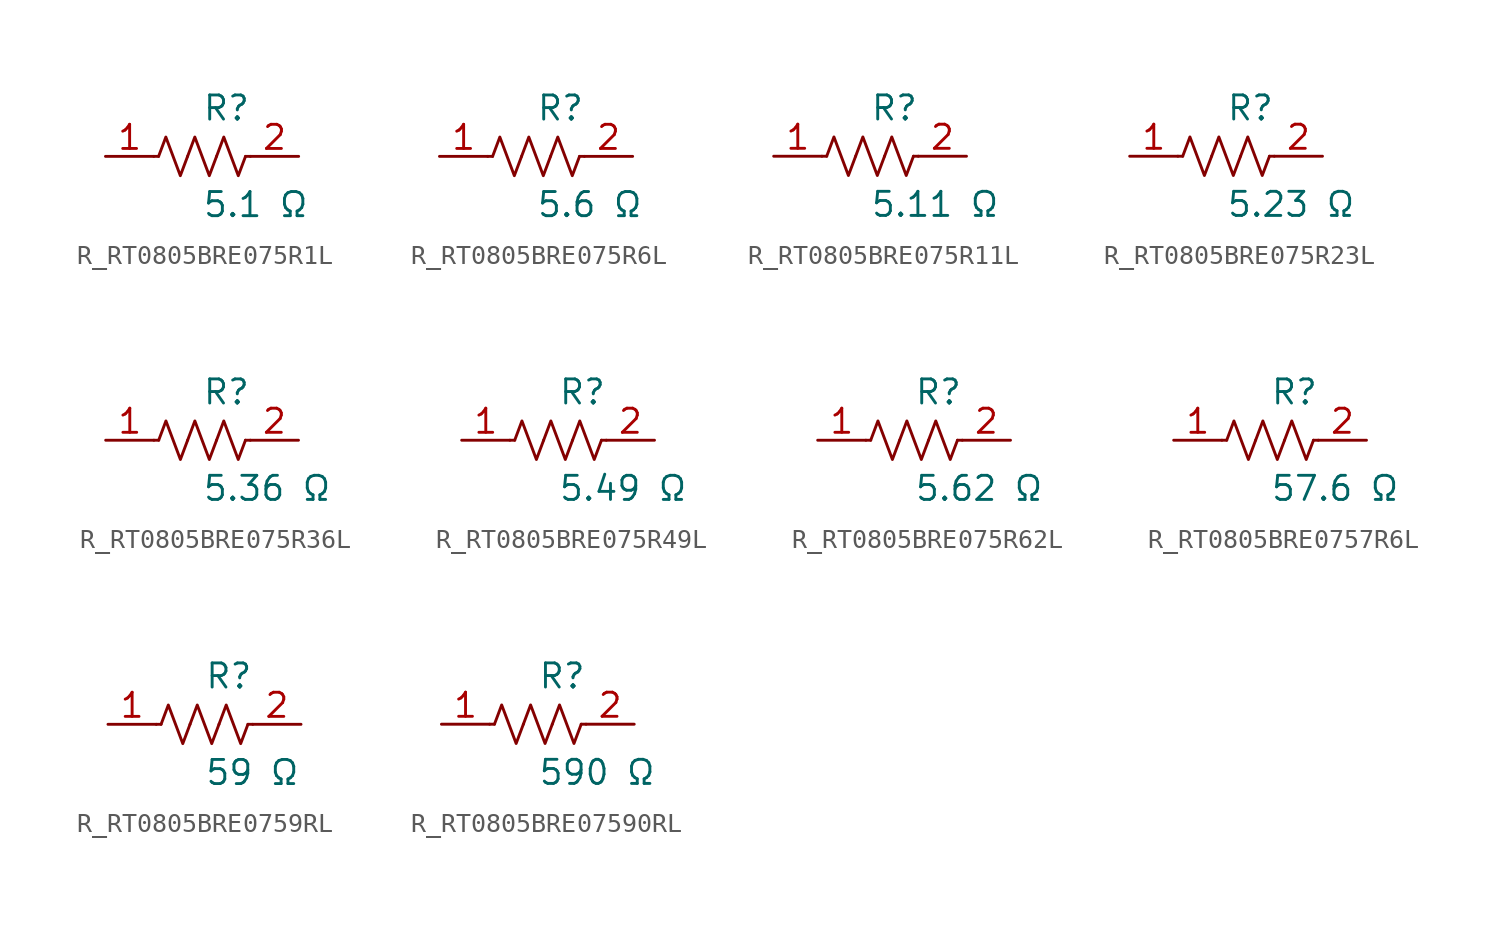
<source format=kicad_sym>
(kicad_symbol_lib
  (version 20231120)
  (generator kicad_symbol_editor)
  (generator_version 8.0)
  (symbol "R_RT0805BRE075R1L"
    (pin_names
      (offset 0.254))
    (property "Reference" "R"
      (at 0.0 2.54 0)
      (effects (font (size 1.27 1.27)) (justify left)))
    (property "Value" "5.1 Ω"
      (at 0.0 -2.54 0)
      (effects (font (size 1.27 1.27)) (justify left)))
    (symbol "R_RT0805BRE075R1L_0_1"
      (polyline (pts (xy 2.286 0) (xy 2.54 0)) (stroke (width 0) (type default)) (fill (type none)))
      (polyline (pts (xy -2.286 0) (xy -2.54 0)) (stroke (width 0) (type default)) (fill (type none)))
      (polyline (pts (xy 0.762 0) (xy 1.143 1.016) (xy 1.524 0) (xy 1.905 -1.016) (xy 2.286 0)) (stroke (width 0) (type default)) (fill (type none)))
      (polyline (pts (xy -0.762 0) (xy -0.381 1.016) (xy 0 0) (xy 0.381 -1.016) (xy 0.762 0)) (stroke (width 0) (type default)) (fill (type none)))
      (polyline (pts (xy -2.286 0) (xy -1.905 1.016) (xy -1.524 0) (xy -1.143 -1.016) (xy -0.762 0)) (stroke (width 0) (type default)) (fill (type none))))
    (pin unspecified line
      (at -5.08 0 0)
      (length 2.54)
      (name "" (effects (font (size 1.27 1.27))))
      (number "1" (effects (font (size 1.27 1.27)))))
    (pin unspecified line
      (at 5.08 0 180)
      (length 2.54)
      (name "" (effects (font (size 1.27 1.27))))
      (number "2" (effects (font (size 1.27 1.27))))))
  (symbol "R_RT0805BRE075R6L"
    (pin_names
      (offset 0.254))
    (property "Reference" "R"
      (at 0.0 2.54 0)
      (effects (font (size 1.27 1.27)) (justify left)))
    (property "Value" "5.6 Ω"
      (at 0.0 -2.54 0)
      (effects (font (size 1.27 1.27)) (justify left)))
    (symbol "R_RT0805BRE075R6L_0_1"
      (polyline (pts (xy 2.286 0) (xy 2.54 0)) (stroke (width 0) (type default)) (fill (type none)))
      (polyline (pts (xy -2.286 0) (xy -2.54 0)) (stroke (width 0) (type default)) (fill (type none)))
      (polyline (pts (xy 0.762 0) (xy 1.143 1.016) (xy 1.524 0) (xy 1.905 -1.016) (xy 2.286 0)) (stroke (width 0) (type default)) (fill (type none)))
      (polyline (pts (xy -0.762 0) (xy -0.381 1.016) (xy 0 0) (xy 0.381 -1.016) (xy 0.762 0)) (stroke (width 0) (type default)) (fill (type none)))
      (polyline (pts (xy -2.286 0) (xy -1.905 1.016) (xy -1.524 0) (xy -1.143 -1.016) (xy -0.762 0)) (stroke (width 0) (type default)) (fill (type none))))
    (pin unspecified line
      (at -5.08 0 0)
      (length 2.54)
      (name "" (effects (font (size 1.27 1.27))))
      (number "1" (effects (font (size 1.27 1.27)))))
    (pin unspecified line
      (at 5.08 0 180)
      (length 2.54)
      (name "" (effects (font (size 1.27 1.27))))
      (number "2" (effects (font (size 1.27 1.27))))))
  (symbol "R_RT0805BRE075R11L"
    (pin_names
      (offset 0.254))
    (property "Reference" "R"
      (at 0.0 2.54 0)
      (effects (font (size 1.27 1.27)) (justify left)))
    (property "Value" "5.11 Ω"
      (at 0.0 -2.54 0)
      (effects (font (size 1.27 1.27)) (justify left)))
    (symbol "R_RT0805BRE075R11L_0_1"
      (polyline (pts (xy 2.286 0) (xy 2.54 0)) (stroke (width 0) (type default)) (fill (type none)))
      (polyline (pts (xy -2.286 0) (xy -2.54 0)) (stroke (width 0) (type default)) (fill (type none)))
      (polyline (pts (xy 0.762 0) (xy 1.143 1.016) (xy 1.524 0) (xy 1.905 -1.016) (xy 2.286 0)) (stroke (width 0) (type default)) (fill (type none)))
      (polyline (pts (xy -0.762 0) (xy -0.381 1.016) (xy 0 0) (xy 0.381 -1.016) (xy 0.762 0)) (stroke (width 0) (type default)) (fill (type none)))
      (polyline (pts (xy -2.286 0) (xy -1.905 1.016) (xy -1.524 0) (xy -1.143 -1.016) (xy -0.762 0)) (stroke (width 0) (type default)) (fill (type none))))
    (pin unspecified line
      (at -5.08 0 0)
      (length 2.54)
      (name "" (effects (font (size 1.27 1.27))))
      (number "1" (effects (font (size 1.27 1.27)))))
    (pin unspecified line
      (at 5.08 0 180)
      (length 2.54)
      (name "" (effects (font (size 1.27 1.27))))
      (number "2" (effects (font (size 1.27 1.27))))))
  (symbol "R_RT0805BRE075R23L"
    (pin_names
      (offset 0.254))
    (property "Reference" "R"
      (at 0.0 2.54 0)
      (effects (font (size 1.27 1.27)) (justify left)))
    (property "Value" "5.23 Ω"
      (at 0.0 -2.54 0)
      (effects (font (size 1.27 1.27)) (justify left)))
    (symbol "R_RT0805BRE075R23L_0_1"
      (polyline (pts (xy 2.286 0) (xy 2.54 0)) (stroke (width 0) (type default)) (fill (type none)))
      (polyline (pts (xy -2.286 0) (xy -2.54 0)) (stroke (width 0) (type default)) (fill (type none)))
      (polyline (pts (xy 0.762 0) (xy 1.143 1.016) (xy 1.524 0) (xy 1.905 -1.016) (xy 2.286 0)) (stroke (width 0) (type default)) (fill (type none)))
      (polyline (pts (xy -0.762 0) (xy -0.381 1.016) (xy 0 0) (xy 0.381 -1.016) (xy 0.762 0)) (stroke (width 0) (type default)) (fill (type none)))
      (polyline (pts (xy -2.286 0) (xy -1.905 1.016) (xy -1.524 0) (xy -1.143 -1.016) (xy -0.762 0)) (stroke (width 0) (type default)) (fill (type none))))
    (pin unspecified line
      (at -5.08 0 0)
      (length 2.54)
      (name "" (effects (font (size 1.27 1.27))))
      (number "1" (effects (font (size 1.27 1.27)))))
    (pin unspecified line
      (at 5.08 0 180)
      (length 2.54)
      (name "" (effects (font (size 1.27 1.27))))
      (number "2" (effects (font (size 1.27 1.27))))))
  (symbol "R_RT0805BRE075R36L"
    (pin_names
      (offset 0.254))
    (property "Reference" "R"
      (at 0.0 2.54 0)
      (effects (font (size 1.27 1.27)) (justify left)))
    (property "Value" "5.36 Ω"
      (at 0.0 -2.54 0)
      (effects (font (size 1.27 1.27)) (justify left)))
    (symbol "R_RT0805BRE075R36L_0_1"
      (polyline (pts (xy 2.286 0) (xy 2.54 0)) (stroke (width 0) (type default)) (fill (type none)))
      (polyline (pts (xy -2.286 0) (xy -2.54 0)) (stroke (width 0) (type default)) (fill (type none)))
      (polyline (pts (xy 0.762 0) (xy 1.143 1.016) (xy 1.524 0) (xy 1.905 -1.016) (xy 2.286 0)) (stroke (width 0) (type default)) (fill (type none)))
      (polyline (pts (xy -0.762 0) (xy -0.381 1.016) (xy 0 0) (xy 0.381 -1.016) (xy 0.762 0)) (stroke (width 0) (type default)) (fill (type none)))
      (polyline (pts (xy -2.286 0) (xy -1.905 1.016) (xy -1.524 0) (xy -1.143 -1.016) (xy -0.762 0)) (stroke (width 0) (type default)) (fill (type none))))
    (pin unspecified line
      (at -5.08 0 0)
      (length 2.54)
      (name "" (effects (font (size 1.27 1.27))))
      (number "1" (effects (font (size 1.27 1.27)))))
    (pin unspecified line
      (at 5.08 0 180)
      (length 2.54)
      (name "" (effects (font (size 1.27 1.27))))
      (number "2" (effects (font (size 1.27 1.27))))))
  (symbol "R_RT0805BRE075R49L"
    (pin_names
      (offset 0.254))
    (property "Reference" "R"
      (at 0.0 2.54 0)
      (effects (font (size 1.27 1.27)) (justify left)))
    (property "Value" "5.49 Ω"
      (at 0.0 -2.54 0)
      (effects (font (size 1.27 1.27)) (justify left)))
    (symbol "R_RT0805BRE075R49L_0_1"
      (polyline (pts (xy 2.286 0) (xy 2.54 0)) (stroke (width 0) (type default)) (fill (type none)))
      (polyline (pts (xy -2.286 0) (xy -2.54 0)) (stroke (width 0) (type default)) (fill (type none)))
      (polyline (pts (xy 0.762 0) (xy 1.143 1.016) (xy 1.524 0) (xy 1.905 -1.016) (xy 2.286 0)) (stroke (width 0) (type default)) (fill (type none)))
      (polyline (pts (xy -0.762 0) (xy -0.381 1.016) (xy 0 0) (xy 0.381 -1.016) (xy 0.762 0)) (stroke (width 0) (type default)) (fill (type none)))
      (polyline (pts (xy -2.286 0) (xy -1.905 1.016) (xy -1.524 0) (xy -1.143 -1.016) (xy -0.762 0)) (stroke (width 0) (type default)) (fill (type none))))
    (pin unspecified line
      (at -5.08 0 0)
      (length 2.54)
      (name "" (effects (font (size 1.27 1.27))))
      (number "1" (effects (font (size 1.27 1.27)))))
    (pin unspecified line
      (at 5.08 0 180)
      (length 2.54)
      (name "" (effects (font (size 1.27 1.27))))
      (number "2" (effects (font (size 1.27 1.27))))))
  (symbol "R_RT0805BRE075R62L"
    (pin_names
      (offset 0.254))
    (property "Reference" "R"
      (at 0.0 2.54 0)
      (effects (font (size 1.27 1.27)) (justify left)))
    (property "Value" "5.62 Ω"
      (at 0.0 -2.54 0)
      (effects (font (size 1.27 1.27)) (justify left)))
    (symbol "R_RT0805BRE075R62L_0_1"
      (polyline (pts (xy 2.286 0) (xy 2.54 0)) (stroke (width 0) (type default)) (fill (type none)))
      (polyline (pts (xy -2.286 0) (xy -2.54 0)) (stroke (width 0) (type default)) (fill (type none)))
      (polyline (pts (xy 0.762 0) (xy 1.143 1.016) (xy 1.524 0) (xy 1.905 -1.016) (xy 2.286 0)) (stroke (width 0) (type default)) (fill (type none)))
      (polyline (pts (xy -0.762 0) (xy -0.381 1.016) (xy 0 0) (xy 0.381 -1.016) (xy 0.762 0)) (stroke (width 0) (type default)) (fill (type none)))
      (polyline (pts (xy -2.286 0) (xy -1.905 1.016) (xy -1.524 0) (xy -1.143 -1.016) (xy -0.762 0)) (stroke (width 0) (type default)) (fill (type none))))
    (pin unspecified line
      (at -5.08 0 0)
      (length 2.54)
      (name "" (effects (font (size 1.27 1.27))))
      (number "1" (effects (font (size 1.27 1.27)))))
    (pin unspecified line
      (at 5.08 0 180)
      (length 2.54)
      (name "" (effects (font (size 1.27 1.27))))
      (number "2" (effects (font (size 1.27 1.27))))))
  (symbol "R_RT0805BRE0757R6L"
    (pin_names
      (offset 0.254))
    (property "Reference" "R"
      (at 0.0 2.54 0)
      (effects (font (size 1.27 1.27)) (justify left)))
    (property "Value" "57.6 Ω"
      (at 0.0 -2.54 0)
      (effects (font (size 1.27 1.27)) (justify left)))
    (symbol "R_RT0805BRE0757R6L_0_1"
      (polyline (pts (xy 2.286 0) (xy 2.54 0)) (stroke (width 0) (type default)) (fill (type none)))
      (polyline (pts (xy -2.286 0) (xy -2.54 0)) (stroke (width 0) (type default)) (fill (type none)))
      (polyline (pts (xy 0.762 0) (xy 1.143 1.016) (xy 1.524 0) (xy 1.905 -1.016) (xy 2.286 0)) (stroke (width 0) (type default)) (fill (type none)))
      (polyline (pts (xy -0.762 0) (xy -0.381 1.016) (xy 0 0) (xy 0.381 -1.016) (xy 0.762 0)) (stroke (width 0) (type default)) (fill (type none)))
      (polyline (pts (xy -2.286 0) (xy -1.905 1.016) (xy -1.524 0) (xy -1.143 -1.016) (xy -0.762 0)) (stroke (width 0) (type default)) (fill (type none))))
    (pin unspecified line
      (at -5.08 0 0)
      (length 2.54)
      (name "" (effects (font (size 1.27 1.27))))
      (number "1" (effects (font (size 1.27 1.27)))))
    (pin unspecified line
      (at 5.08 0 180)
      (length 2.54)
      (name "" (effects (font (size 1.27 1.27))))
      (number "2" (effects (font (size 1.27 1.27))))))
  (symbol "R_RT0805BRE0759RL"
    (pin_names
      (offset 0.254))
    (property "Reference" "R"
      (at 0.0 2.54 0)
      (effects (font (size 1.27 1.27)) (justify left)))
    (property "Value" "59 Ω"
      (at 0.0 -2.54 0)
      (effects (font (size 1.27 1.27)) (justify left)))
    (symbol "R_RT0805BRE0759RL_0_1"
      (polyline (pts (xy 2.286 0) (xy 2.54 0)) (stroke (width 0) (type default)) (fill (type none)))
      (polyline (pts (xy -2.286 0) (xy -2.54 0)) (stroke (width 0) (type default)) (fill (type none)))
      (polyline (pts (xy 0.762 0) (xy 1.143 1.016) (xy 1.524 0) (xy 1.905 -1.016) (xy 2.286 0)) (stroke (width 0) (type default)) (fill (type none)))
      (polyline (pts (xy -0.762 0) (xy -0.381 1.016) (xy 0 0) (xy 0.381 -1.016) (xy 0.762 0)) (stroke (width 0) (type default)) (fill (type none)))
      (polyline (pts (xy -2.286 0) (xy -1.905 1.016) (xy -1.524 0) (xy -1.143 -1.016) (xy -0.762 0)) (stroke (width 0) (type default)) (fill (type none))))
    (pin unspecified line
      (at -5.08 0 0)
      (length 2.54)
      (name "" (effects (font (size 1.27 1.27))))
      (number "1" (effects (font (size 1.27 1.27)))))
    (pin unspecified line
      (at 5.08 0 180)
      (length 2.54)
      (name "" (effects (font (size 1.27 1.27))))
      (number "2" (effects (font (size 1.27 1.27))))))
  (symbol "R_RT0805BRE07590RL"
    (pin_names
      (offset 0.254))
    (property "Reference" "R"
      (at 0.0 2.54 0)
      (effects (font (size 1.27 1.27)) (justify left)))
    (property "Value" "590 Ω"
      (at 0.0 -2.54 0)
      (effects (font (size 1.27 1.27)) (justify left)))
    (symbol "R_RT0805BRE07590RL_0_1"
      (polyline (pts (xy 2.286 0) (xy 2.54 0)) (stroke (width 0) (type default)) (fill (type none)))
      (polyline (pts (xy -2.286 0) (xy -2.54 0)) (stroke (width 0) (type default)) (fill (type none)))
      (polyline (pts (xy 0.762 0) (xy 1.143 1.016) (xy 1.524 0) (xy 1.905 -1.016) (xy 2.286 0)) (stroke (width 0) (type default)) (fill (type none)))
      (polyline (pts (xy -0.762 0) (xy -0.381 1.016) (xy 0 0) (xy 0.381 -1.016) (xy 0.762 0)) (stroke (width 0) (type default)) (fill (type none)))
      (polyline (pts (xy -2.286 0) (xy -1.905 1.016) (xy -1.524 0) (xy -1.143 -1.016) (xy -0.762 0)) (stroke (width 0) (type default)) (fill (type none))))
    (pin unspecified line
      (at -5.08 0 0)
      (length 2.54)
      (name "" (effects (font (size 1.27 1.27))))
      (number "1" (effects (font (size 1.27 1.27)))))
    (pin unspecified line
      (at 5.08 0 180)
      (length 2.54)
      (name "" (effects (font (size 1.27 1.27))))
      (number "2" (effects (font (size 1.27 1.27)))))))
</source>
